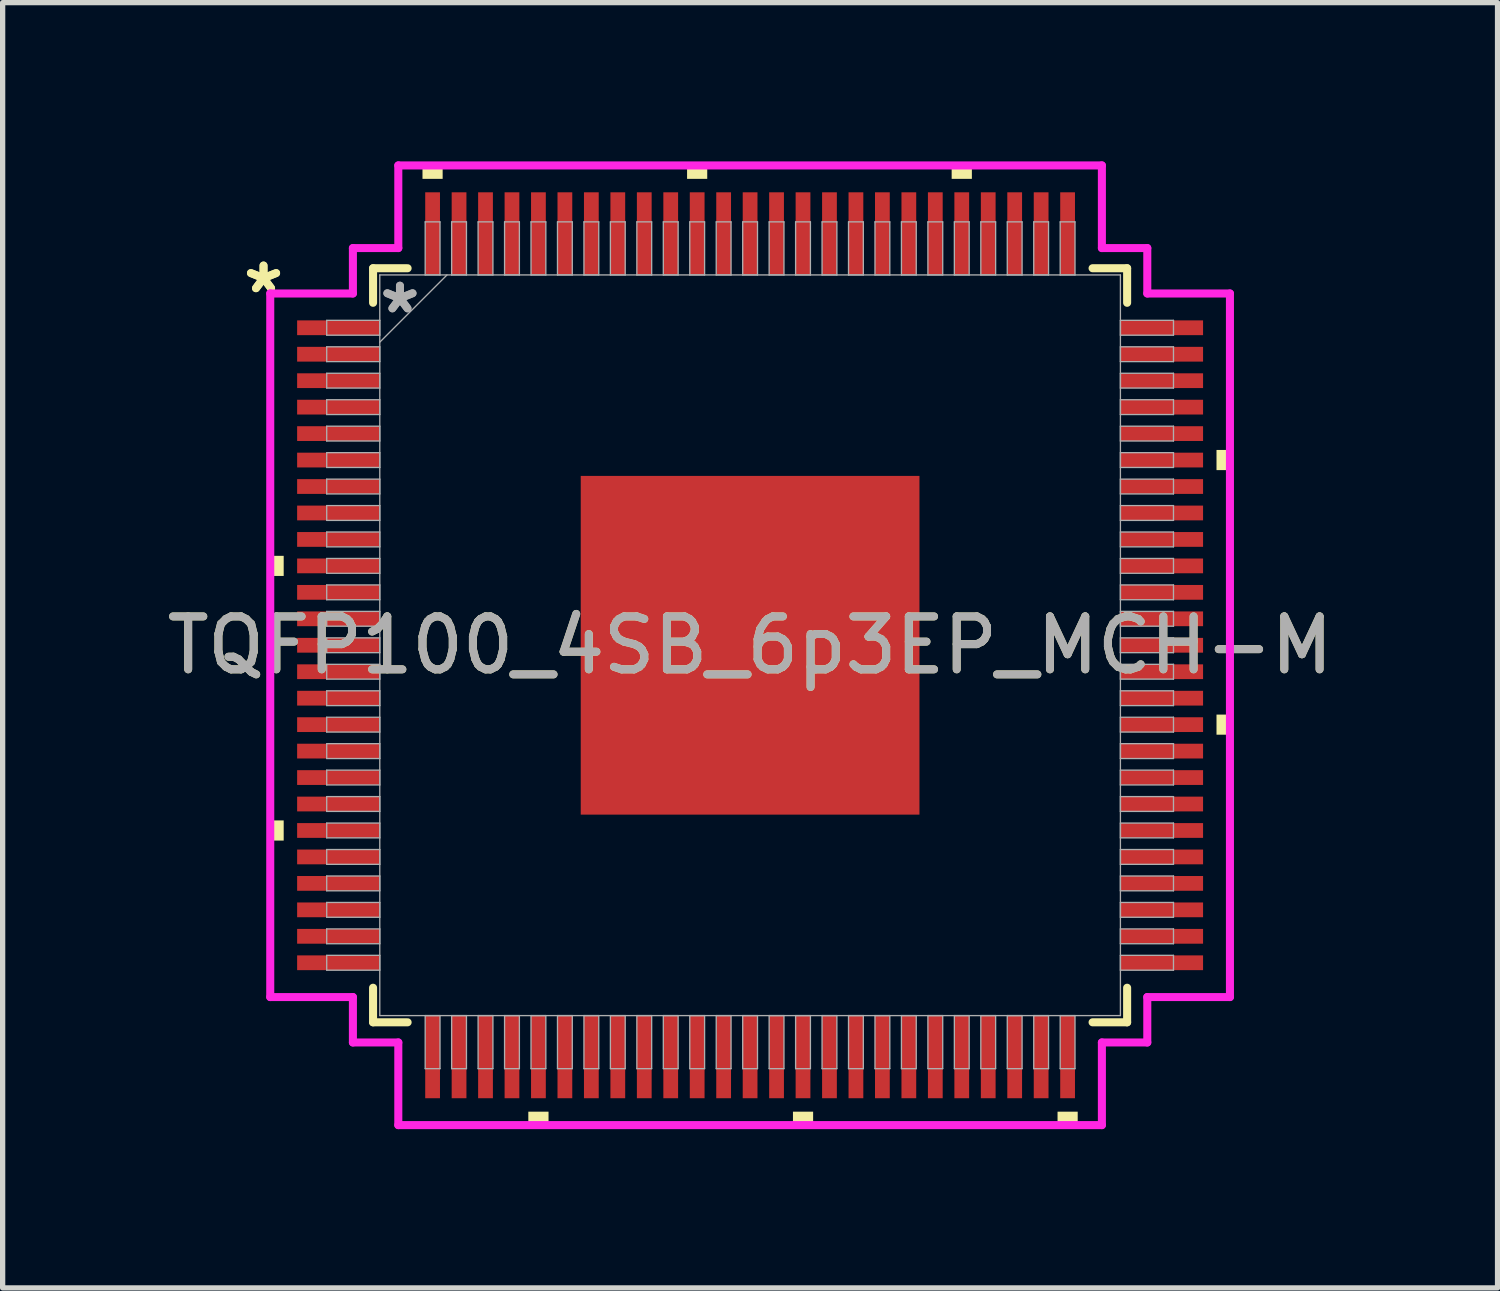
<source format=kicad_pcb>
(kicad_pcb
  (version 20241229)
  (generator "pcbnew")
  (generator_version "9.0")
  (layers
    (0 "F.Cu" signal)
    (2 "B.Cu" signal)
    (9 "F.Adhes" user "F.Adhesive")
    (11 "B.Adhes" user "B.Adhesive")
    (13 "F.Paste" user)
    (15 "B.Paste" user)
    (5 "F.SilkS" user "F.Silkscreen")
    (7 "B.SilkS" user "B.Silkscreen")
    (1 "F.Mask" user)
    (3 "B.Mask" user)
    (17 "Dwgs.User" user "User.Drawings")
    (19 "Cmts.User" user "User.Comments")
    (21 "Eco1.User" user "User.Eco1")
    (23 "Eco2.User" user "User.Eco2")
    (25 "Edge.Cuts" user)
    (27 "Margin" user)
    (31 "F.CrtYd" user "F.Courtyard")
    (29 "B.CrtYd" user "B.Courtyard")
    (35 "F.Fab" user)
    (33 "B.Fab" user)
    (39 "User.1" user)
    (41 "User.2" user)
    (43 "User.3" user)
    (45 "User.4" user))
  (footprint "TQFP100_4SB_6p3EP_MCH-M"
    (layer "F.Cu")
    (at 11.125 9.144)
    (property "Reference" "TQFP100_4SB_6p3EP_MCH-M" (at 0 0 0) (unlocked yes) (layer "F.SilkS") (effects (font (size 1 1) (thickness 0.15))))
    (attr smd)
    (fp_line (start -7.125 -7.125) (end -7.125 -6.472) (stroke (width 0.152) (type solid)) (layer "F.SilkS"))
    (fp_line (start -7.125 6.472) (end -7.125 7.125) (stroke (width 0.152) (type solid)) (layer "F.SilkS"))
    (fp_line (start -7.125 7.125) (end -6.472 7.125) (stroke (width 0.152) (type solid)) (layer "F.SilkS"))
    (fp_line (start -6.472 -7.125) (end -7.125 -7.125) (stroke (width 0.152) (type solid)) (layer "F.SilkS"))
    (fp_line (start 6.472 7.125) (end 7.125 7.125) (stroke (width 0.152) (type solid)) (layer "F.SilkS"))
    (fp_line (start 7.125 -7.125) (end 6.472 -7.125) (stroke (width 0.152) (type solid)) (layer "F.SilkS"))
    (fp_line (start 7.125 -6.472) (end 7.125 -7.125) (stroke (width 0.152) (type solid)) (layer "F.SilkS"))
    (fp_line (start 7.125 7.125) (end 7.125 6.472) (stroke (width 0.152) (type solid)) (layer "F.SilkS"))
    (fp_poly (pts (xy -9.068 -1.69) (xy -9.068 -1.31) (xy -8.814 -1.31) (xy -8.814 -1.69)) (stroke (width 0) (type solid)) (fill yes) (layer "F.SilkS"))
    (fp_poly (pts (xy -9.068 3.31) (xy -9.068 3.691) (xy -8.814 3.691) (xy -8.814 3.31)) (stroke (width 0) (type solid)) (fill yes) (layer "F.SilkS"))
    (fp_poly (pts (xy -6.191 -8.814) (xy -6.191 -9.068) (xy -5.81 -9.068) (xy -5.81 -8.814)) (stroke (width 0) (type solid)) (fill yes) (layer "F.SilkS"))
    (fp_poly (pts (xy -4.191 8.814) (xy -4.191 9.068) (xy -3.809 9.068) (xy -3.809 8.814)) (stroke (width 0) (type solid)) (fill yes) (layer "F.SilkS"))
    (fp_poly (pts (xy -1.191 -8.814) (xy -1.191 -9.068) (xy -0.81 -9.068) (xy -0.81 -8.814)) (stroke (width 0) (type solid)) (fill yes) (layer "F.SilkS"))
    (fp_poly (pts (xy 0.81 8.814) (xy 0.81 9.068) (xy 1.191 9.068) (xy 1.191 8.814)) (stroke (width 0) (type solid)) (fill yes) (layer "F.SilkS"))
    (fp_poly (pts (xy 3.809 -8.814) (xy 3.809 -9.068) (xy 4.191 -9.068) (xy 4.191 -8.814)) (stroke (width 0) (type solid)) (fill yes) (layer "F.SilkS"))
    (fp_poly (pts (xy 5.81 8.814) (xy 5.81 9.068) (xy 6.191 9.068) (xy 6.191 8.814)) (stroke (width 0) (type solid)) (fill yes) (layer "F.SilkS"))
    (fp_poly (pts (xy 9.068 -3.691) (xy 9.068 -3.31) (xy 8.814 -3.31) (xy 8.814 -3.691)) (stroke (width 0) (type solid)) (fill yes) (layer "F.SilkS"))
    (fp_poly (pts (xy 9.068 1.31) (xy 9.068 1.69) (xy 8.814 1.69) (xy 8.814 1.31)) (stroke (width 0) (type solid)) (fill yes) (layer "F.SilkS"))
    (fp_poly (pts (xy -3.1 -3.1) (xy -3.1 -2.02) (xy -2.02 -2.02) (xy -2.02 -3.1)) (stroke (width 0) (type solid)) (fill yes) (layer "F.Paste"))
    (fp_poly (pts (xy -3.1 -1.82) (xy -3.1 -0.74) (xy -2.02 -0.74) (xy -2.02 -1.82)) (stroke (width 0) (type solid)) (fill yes) (layer "F.Paste"))
    (fp_poly (pts (xy -3.1 -0.54) (xy -3.1 0.54) (xy -2.02 0.54) (xy -2.02 -0.54)) (stroke (width 0) (type solid)) (fill yes) (layer "F.Paste"))
    (fp_poly (pts (xy -3.1 0.74) (xy -3.1 1.82) (xy -2.02 1.82) (xy -2.02 0.74)) (stroke (width 0) (type solid)) (fill yes) (layer "F.Paste"))
    (fp_poly (pts (xy -3.1 2.02) (xy -3.1 3.1) (xy -2.02 3.1) (xy -2.02 2.02)) (stroke (width 0) (type solid)) (fill yes) (layer "F.Paste"))
    (fp_poly (pts (xy -1.82 -3.1) (xy -1.82 -2.02) (xy -0.74 -2.02) (xy -0.74 -3.1)) (stroke (width 0) (type solid)) (fill yes) (layer "F.Paste"))
    (fp_poly (pts (xy -1.82 -1.82) (xy -1.82 -0.74) (xy -0.74 -0.74) (xy -0.74 -1.82)) (stroke (width 0) (type solid)) (fill yes) (layer "F.Paste"))
    (fp_poly (pts (xy -1.82 -0.54) (xy -1.82 0.54) (xy -0.74 0.54) (xy -0.74 -0.54)) (stroke (width 0) (type solid)) (fill yes) (layer "F.Paste"))
    (fp_poly (pts (xy -1.82 0.74) (xy -1.82 1.82) (xy -0.74 1.82) (xy -0.74 0.74)) (stroke (width 0) (type solid)) (fill yes) (layer "F.Paste"))
    (fp_poly (pts (xy -1.82 2.02) (xy -1.82 3.1) (xy -0.74 3.1) (xy -0.74 2.02)) (stroke (width 0) (type solid)) (fill yes) (layer "F.Paste"))
    (fp_poly (pts (xy -0.54 -3.1) (xy -0.54 -2.02) (xy 0.54 -2.02) (xy 0.54 -3.1)) (stroke (width 0) (type solid)) (fill yes) (layer "F.Paste"))
    (fp_poly (pts (xy -0.54 -1.82) (xy -0.54 -0.74) (xy 0.54 -0.74) (xy 0.54 -1.82)) (stroke (width 0) (type solid)) (fill yes) (layer "F.Paste"))
    (fp_poly (pts (xy -0.54 -0.54) (xy -0.54 0.54) (xy 0.54 0.54) (xy 0.54 -0.54)) (stroke (width 0) (type solid)) (fill yes) (layer "F.Paste"))
    (fp_poly (pts (xy -0.54 0.74) (xy -0.54 1.82) (xy 0.54 1.82) (xy 0.54 0.74)) (stroke (width 0) (type solid)) (fill yes) (layer "F.Paste"))
    (fp_poly (pts (xy -0.54 2.02) (xy -0.54 3.1) (xy 0.54 3.1) (xy 0.54 2.02)) (stroke (width 0) (type solid)) (fill yes) (layer "F.Paste"))
    (fp_poly (pts (xy 0.74 -3.1) (xy 0.74 -2.02) (xy 1.82 -2.02) (xy 1.82 -3.1)) (stroke (width 0) (type solid)) (fill yes) (layer "F.Paste"))
    (fp_poly (pts (xy 0.74 -1.82) (xy 0.74 -0.74) (xy 1.82 -0.74) (xy 1.82 -1.82)) (stroke (width 0) (type solid)) (fill yes) (layer "F.Paste"))
    (fp_poly (pts (xy 0.74 -0.54) (xy 0.74 0.54) (xy 1.82 0.54) (xy 1.82 -0.54)) (stroke (width 0) (type solid)) (fill yes) (layer "F.Paste"))
    (fp_poly (pts (xy 0.74 0.74) (xy 0.74 1.82) (xy 1.82 1.82) (xy 1.82 0.74)) (stroke (width 0) (type solid)) (fill yes) (layer "F.Paste"))
    (fp_poly (pts (xy 0.74 2.02) (xy 0.74 3.1) (xy 1.82 3.1) (xy 1.82 2.02)) (stroke (width 0) (type solid)) (fill yes) (layer "F.Paste"))
    (fp_poly (pts (xy 2.02 -3.1) (xy 2.02 -2.02) (xy 3.1 -2.02) (xy 3.1 -3.1)) (stroke (width 0) (type solid)) (fill yes) (layer "F.Paste"))
    (fp_poly (pts (xy 2.02 -1.82) (xy 2.02 -0.74) (xy 3.1 -0.74) (xy 3.1 -1.82)) (stroke (width 0) (type solid)) (fill yes) (layer "F.Paste"))
    (fp_poly (pts (xy 2.02 -0.54) (xy 2.02 0.54) (xy 3.1 0.54) (xy 3.1 -0.54)) (stroke (width 0) (type solid)) (fill yes) (layer "F.Paste"))
    (fp_poly (pts (xy 2.02 0.74) (xy 2.02 1.82) (xy 3.1 1.82) (xy 3.1 0.74)) (stroke (width 0) (type solid)) (fill yes) (layer "F.Paste"))
    (fp_poly (pts (xy 2.02 2.02) (xy 2.02 3.1) (xy 3.1 3.1) (xy 3.1 2.02)) (stroke (width 0) (type solid)) (fill yes) (layer "F.Paste"))
    (fp_line (start -9.068 -6.648) (end -7.506 -6.648) (stroke (width 0.152) (type solid)) (layer "F.CrtYd"))
    (fp_line (start -9.068 6.648) (end -9.068 -6.648) (stroke (width 0.152) (type solid)) (layer "F.CrtYd"))
    (fp_line (start -7.506 -7.506) (end -6.648 -7.506) (stroke (width 0.152) (type solid)) (layer "F.CrtYd"))
    (fp_line (start -7.506 -6.648) (end -7.506 -7.506) (stroke (width 0.152) (type solid)) (layer "F.CrtYd"))
    (fp_line (start -7.506 6.648) (end -9.068 6.648) (stroke (width 0.152) (type solid)) (layer "F.CrtYd"))
    (fp_line (start -7.506 7.506) (end -7.506 6.648) (stroke (width 0.152) (type solid)) (layer "F.CrtYd"))
    (fp_line (start -7.506 7.506) (end -6.648 7.506) (stroke (width 0.152) (type solid)) (layer "F.CrtYd"))
    (fp_line (start -6.648 -9.068) (end 6.648 -9.068) (stroke (width 0.152) (type solid)) (layer "F.CrtYd"))
    (fp_line (start -6.648 -7.506) (end -6.648 -9.068) (stroke (width 0.152) (type solid)) (layer "F.CrtYd"))
    (fp_line (start -6.648 7.506) (end -6.648 9.068) (stroke (width 0.152) (type solid)) (layer "F.CrtYd"))
    (fp_line (start -6.648 9.068) (end 6.648 9.068) (stroke (width 0.152) (type solid)) (layer "F.CrtYd"))
    (fp_line (start 6.648 -9.068) (end 6.648 -7.506) (stroke (width 0.152) (type solid)) (layer "F.CrtYd"))
    (fp_line (start 6.648 -7.506) (end 7.506 -7.506) (stroke (width 0.152) (type solid)) (layer "F.CrtYd"))
    (fp_line (start 6.648 7.506) (end 7.506 7.506) (stroke (width 0.152) (type solid)) (layer "F.CrtYd"))
    (fp_line (start 6.648 9.068) (end 6.648 7.506) (stroke (width 0.152) (type solid)) (layer "F.CrtYd"))
    (fp_line (start 7.506 -6.648) (end 7.506 -7.506) (stroke (width 0.152) (type solid)) (layer "F.CrtYd"))
    (fp_line (start 7.506 6.648) (end 9.068 6.648) (stroke (width 0.152) (type solid)) (layer "F.CrtYd"))
    (fp_line (start 7.506 7.506) (end 7.506 6.648) (stroke (width 0.152) (type solid)) (layer "F.CrtYd"))
    (fp_line (start 9.068 -6.648) (end 7.506 -6.648) (stroke (width 0.152) (type solid)) (layer "F.CrtYd"))
    (fp_line (start 9.068 6.648) (end 9.068 -6.648) (stroke (width 0.152) (type solid)) (layer "F.CrtYd"))
    (fp_line (start -8.001 -6.14) (end -8.001 -5.86) (stroke (width 0.025) (type solid)) (layer "F.Fab"))
    (fp_line (start -8.001 -5.86) (end -6.998 -5.86) (stroke (width 0.025) (type solid)) (layer "F.Fab"))
    (fp_line (start -8.001 -5.64) (end -8.001 -5.36) (stroke (width 0.025) (type solid)) (layer "F.Fab"))
    (fp_line (start -8.001 -5.36) (end -6.998 -5.36) (stroke (width 0.025) (type solid)) (layer "F.Fab"))
    (fp_line (start -8.001 -5.14) (end -8.001 -4.86) (stroke (width 0.025) (type solid)) (layer "F.Fab"))
    (fp_line (start -8.001 -4.86) (end -6.998 -4.86) (stroke (width 0.025) (type solid)) (layer "F.Fab"))
    (fp_line (start -8.001 -4.64) (end -8.001 -4.36) (stroke (width 0.025) (type solid)) (layer "F.Fab"))
    (fp_line (start -8.001 -4.36) (end -6.998 -4.36) (stroke (width 0.025) (type solid)) (layer "F.Fab"))
    (fp_line (start -8.001 -4.14) (end -8.001 -3.86) (stroke (width 0.025) (type solid)) (layer "F.Fab"))
    (fp_line (start -8.001 -3.86) (end -6.998 -3.86) (stroke (width 0.025) (type solid)) (layer "F.Fab"))
    (fp_line (start -8.001 -3.64) (end -8.001 -3.36) (stroke (width 0.025) (type solid)) (layer "F.Fab"))
    (fp_line (start -8.001 -3.36) (end -6.998 -3.36) (stroke (width 0.025) (type solid)) (layer "F.Fab"))
    (fp_line (start -8.001 -3.14) (end -8.001 -2.86) (stroke (width 0.025) (type solid)) (layer "F.Fab"))
    (fp_line (start -8.001 -2.86) (end -6.998 -2.86) (stroke (width 0.025) (type solid)) (layer "F.Fab"))
    (fp_line (start -8.001 -2.64) (end -8.001 -2.36) (stroke (width 0.025) (type solid)) (layer "F.Fab"))
    (fp_line (start -8.001 -2.36) (end -6.998 -2.36) (stroke (width 0.025) (type solid)) (layer "F.Fab"))
    (fp_line (start -8.001 -2.14) (end -8.001 -1.86) (stroke (width 0.025) (type solid)) (layer "F.Fab"))
    (fp_line (start -8.001 -1.86) (end -6.998 -1.86) (stroke (width 0.025) (type solid)) (layer "F.Fab"))
    (fp_line (start -8.001 -1.64) (end -8.001 -1.36) (stroke (width 0.025) (type solid)) (layer "F.Fab"))
    (fp_line (start -8.001 -1.36) (end -6.998 -1.36) (stroke (width 0.025) (type solid)) (layer "F.Fab"))
    (fp_line (start -8.001 -1.14) (end -8.001 -0.86) (stroke (width 0.025) (type solid)) (layer "F.Fab"))
    (fp_line (start -8.001 -0.86) (end -6.998 -0.86) (stroke (width 0.025) (type solid)) (layer "F.Fab"))
    (fp_line (start -8.001 -0.64) (end -8.001 -0.36) (stroke (width 0.025) (type solid)) (layer "F.Fab"))
    (fp_line (start -8.001 -0.36) (end -6.998 -0.36) (stroke (width 0.025) (type solid)) (layer "F.Fab"))
    (fp_line (start -8.001 -0.14) (end -8.001 0.14) (stroke (width 0.025) (type solid)) (layer "F.Fab"))
    (fp_line (start -8.001 0.14) (end -6.998 0.14) (stroke (width 0.025) (type solid)) (layer "F.Fab"))
    (fp_line (start -8.001 0.36) (end -8.001 0.64) (stroke (width 0.025) (type solid)) (layer "F.Fab"))
    (fp_line (start -8.001 0.64) (end -6.998 0.64) (stroke (width 0.025) (type solid)) (layer "F.Fab"))
    (fp_line (start -8.001 0.86) (end -8.001 1.14) (stroke (width 0.025) (type solid)) (layer "F.Fab"))
    (fp_line (start -8.001 1.14) (end -6.998 1.14) (stroke (width 0.025) (type solid)) (layer "F.Fab"))
    (fp_line (start -8.001 1.36) (end -8.001 1.64) (stroke (width 0.025) (type solid)) (layer "F.Fab"))
    (fp_line (start -8.001 1.64) (end -6.998 1.64) (stroke (width 0.025) (type solid)) (layer "F.Fab"))
    (fp_line (start -8.001 1.86) (end -8.001 2.14) (stroke (width 0.025) (type solid)) (layer "F.Fab"))
    (fp_line (start -8.001 2.14) (end -6.998 2.14) (stroke (width 0.025) (type solid)) (layer "F.Fab"))
    (fp_line (start -8.001 2.36) (end -8.001 2.64) (stroke (width 0.025) (type solid)) (layer "F.Fab"))
    (fp_line (start -8.001 2.64) (end -6.998 2.64) (stroke (width 0.025) (type solid)) (layer "F.Fab"))
    (fp_line (start -8.001 2.86) (end -8.001 3.14) (stroke (width 0.025) (type solid)) (layer "F.Fab"))
    (fp_line (start -8.001 3.14) (end -6.998 3.14) (stroke (width 0.025) (type solid)) (layer "F.Fab"))
    (fp_line (start -8.001 3.36) (end -8.001 3.64) (stroke (width 0.025) (type solid)) (layer "F.Fab"))
    (fp_line (start -8.001 3.64) (end -6.998 3.64) (stroke (width 0.025) (type solid)) (layer "F.Fab"))
    (fp_line (start -8.001 3.86) (end -8.001 4.14) (stroke (width 0.025) (type solid)) (layer "F.Fab"))
    (fp_line (start -8.001 4.14) (end -6.998 4.14) (stroke (width 0.025) (type solid)) (layer "F.Fab"))
    (fp_line (start -8.001 4.36) (end -8.001 4.64) (stroke (width 0.025) (type solid)) (layer "F.Fab"))
    (fp_line (start -8.001 4.64) (end -6.998 4.64) (stroke (width 0.025) (type solid)) (layer "F.Fab"))
    (fp_line (start -8.001 4.86) (end -8.001 5.14) (stroke (width 0.025) (type solid)) (layer "F.Fab"))
    (fp_line (start -8.001 5.14) (end -6.998 5.14) (stroke (width 0.025) (type solid)) (layer "F.Fab"))
    (fp_line (start -8.001 5.36) (end -8.001 5.64) (stroke (width 0.025) (type solid)) (layer "F.Fab"))
    (fp_line (start -8.001 5.64) (end -6.998 5.64) (stroke (width 0.025) (type solid)) (layer "F.Fab"))
    (fp_line (start -8.001 5.86) (end -8.001 6.14) (stroke (width 0.025) (type solid)) (layer "F.Fab"))
    (fp_line (start -8.001 6.14) (end -6.998 6.14) (stroke (width 0.025) (type solid)) (layer "F.Fab"))
    (fp_line (start -6.998 -6.998) (end -6.998 6.998) (stroke (width 0.025) (type solid)) (layer "F.Fab"))
    (fp_line (start -6.998 -6.14) (end -8.001 -6.14) (stroke (width 0.025) (type solid)) (layer "F.Fab"))
    (fp_line (start -6.998 -5.86) (end -6.998 -6.14) (stroke (width 0.025) (type solid)) (layer "F.Fab"))
    (fp_line (start -6.998 -5.728) (end -5.728 -6.998) (stroke (width 0.025) (type solid)) (layer "F.Fab"))
    (fp_line (start -6.998 -5.64) (end -8.001 -5.64) (stroke (width 0.025) (type solid)) (layer "F.Fab"))
    (fp_line (start -6.998 -5.36) (end -6.998 -5.64) (stroke (width 0.025) (type solid)) (layer "F.Fab"))
    (fp_line (start -6.998 -5.14) (end -8.001 -5.14) (stroke (width 0.025) (type solid)) (layer "F.Fab"))
    (fp_line (start -6.998 -4.86) (end -6.998 -5.14) (stroke (width 0.025) (type solid)) (layer "F.Fab"))
    (fp_line (start -6.998 -4.64) (end -8.001 -4.64) (stroke (width 0.025) (type solid)) (layer "F.Fab"))
    (fp_line (start -6.998 -4.36) (end -6.998 -4.64) (stroke (width 0.025) (type solid)) (layer "F.Fab"))
    (fp_line (start -6.998 -4.14) (end -8.001 -4.14) (stroke (width 0.025) (type solid)) (layer "F.Fab"))
    (fp_line (start -6.998 -3.86) (end -6.998 -4.14) (stroke (width 0.025) (type solid)) (layer "F.Fab"))
    (fp_line (start -6.998 -3.64) (end -8.001 -3.64) (stroke (width 0.025) (type solid)) (layer "F.Fab"))
    (fp_line (start -6.998 -3.36) (end -6.998 -3.64) (stroke (width 0.025) (type solid)) (layer "F.Fab"))
    (fp_line (start -6.998 -3.14) (end -8.001 -3.14) (stroke (width 0.025) (type solid)) (layer "F.Fab"))
    (fp_line (start -6.998 -2.86) (end -6.998 -3.14) (stroke (width 0.025) (type solid)) (layer "F.Fab"))
    (fp_line (start -6.998 -2.64) (end -8.001 -2.64) (stroke (width 0.025) (type solid)) (layer "F.Fab"))
    (fp_line (start -6.998 -2.36) (end -6.998 -2.64) (stroke (width 0.025) (type solid)) (layer "F.Fab"))
    (fp_line (start -6.998 -2.14) (end -8.001 -2.14) (stroke (width 0.025) (type solid)) (layer "F.Fab"))
    (fp_line (start -6.998 -1.86) (end -6.998 -2.14) (stroke (width 0.025) (type solid)) (layer "F.Fab"))
    (fp_line (start -6.998 -1.64) (end -8.001 -1.64) (stroke (width 0.025) (type solid)) (layer "F.Fab"))
    (fp_line (start -6.998 -1.36) (end -6.998 -1.64) (stroke (width 0.025) (type solid)) (layer "F.Fab"))
    (fp_line (start -6.998 -1.14) (end -8.001 -1.14) (stroke (width 0.025) (type solid)) (layer "F.Fab"))
    (fp_line (start -6.998 -0.86) (end -6.998 -1.14) (stroke (width 0.025) (type solid)) (layer "F.Fab"))
    (fp_line (start -6.998 -0.64) (end -8.001 -0.64) (stroke (width 0.025) (type solid)) (layer "F.Fab"))
    (fp_line (start -6.998 -0.36) (end -6.998 -0.64) (stroke (width 0.025) (type solid)) (layer "F.Fab"))
    (fp_line (start -6.998 -0.14) (end -8.001 -0.14) (stroke (width 0.025) (type solid)) (layer "F.Fab"))
    (fp_line (start -6.998 0.14) (end -6.998 -0.14) (stroke (width 0.025) (type solid)) (layer "F.Fab"))
    (fp_line (start -6.998 0.36) (end -8.001 0.36) (stroke (width 0.025) (type solid)) (layer "F.Fab"))
    (fp_line (start -6.998 0.64) (end -6.998 0.36) (stroke (width 0.025) (type solid)) (layer "F.Fab"))
    (fp_line (start -6.998 0.86) (end -8.001 0.86) (stroke (width 0.025) (type solid)) (layer "F.Fab"))
    (fp_line (start -6.998 1.14) (end -6.998 0.86) (stroke (width 0.025) (type solid)) (layer "F.Fab"))
    (fp_line (start -6.998 1.36) (end -8.001 1.36) (stroke (width 0.025) (type solid)) (layer "F.Fab"))
    (fp_line (start -6.998 1.64) (end -6.998 1.36) (stroke (width 0.025) (type solid)) (layer "F.Fab"))
    (fp_line (start -6.998 1.86) (end -8.001 1.86) (stroke (width 0.025) (type solid)) (layer "F.Fab"))
    (fp_line (start -6.998 2.14) (end -6.998 1.86) (stroke (width 0.025) (type solid)) (layer "F.Fab"))
    (fp_line (start -6.998 2.36) (end -8.001 2.36) (stroke (width 0.025) (type solid)) (layer "F.Fab"))
    (fp_line (start -6.998 2.64) (end -6.998 2.36) (stroke (width 0.025) (type solid)) (layer "F.Fab"))
    (fp_line (start -6.998 2.86) (end -8.001 2.86) (stroke (width 0.025) (type solid)) (layer "F.Fab"))
    (fp_line (start -6.998 3.14) (end -6.998 2.86) (stroke (width 0.025) (type solid)) (layer "F.Fab"))
    (fp_line (start -6.998 3.36) (end -8.001 3.36) (stroke (width 0.025) (type solid)) (layer "F.Fab"))
    (fp_line (start -6.998 3.64) (end -6.998 3.36) (stroke (width 0.025) (type solid)) (layer "F.Fab"))
    (fp_line (start -6.998 3.86) (end -8.001 3.86) (stroke (width 0.025) (type solid)) (layer "F.Fab"))
    (fp_line (start -6.998 4.14) (end -6.998 3.86) (stroke (width 0.025) (type solid)) (layer "F.Fab"))
    (fp_line (start -6.998 4.36) (end -8.001 4.36) (stroke (width 0.025) (type solid)) (layer "F.Fab"))
    (fp_line (start -6.998 4.64) (end -6.998 4.36) (stroke (width 0.025) (type solid)) (layer "F.Fab"))
    (fp_line (start -6.998 4.86) (end -8.001 4.86) (stroke (width 0.025) (type solid)) (layer "F.Fab"))
    (fp_line (start -6.998 5.14) (end -6.998 4.86) (stroke (width 0.025) (type solid)) (layer "F.Fab"))
    (fp_line (start -6.998 5.36) (end -8.001 5.36) (stroke (width 0.025) (type solid)) (layer "F.Fab"))
    (fp_line (start -6.998 5.64) (end -6.998 5.36) (stroke (width 0.025) (type solid)) (layer "F.Fab"))
    (fp_line (start -6.998 5.86) (end -8.001 5.86) (stroke (width 0.025) (type solid)) (layer "F.Fab"))
    (fp_line (start -6.998 6.14) (end -6.998 5.86) (stroke (width 0.025) (type solid)) (layer "F.Fab"))
    (fp_line (start -6.998 6.998) (end 6.998 6.998) (stroke (width 0.025) (type solid)) (layer "F.Fab"))
    (fp_line (start -6.14 -8.001) (end -6.14 -6.998) (stroke (width 0.025) (type solid)) (layer "F.Fab"))
    (fp_line (start -6.14 -6.998) (end -5.86 -6.998) (stroke (width 0.025) (type solid)) (layer "F.Fab"))
    (fp_line (start -6.14 6.998) (end -6.14 8.001) (stroke (width 0.025) (type solid)) (layer "F.Fab"))
    (fp_line (start -6.14 8.001) (end -5.86 8.001) (stroke (width 0.025) (type solid)) (layer "F.Fab"))
    (fp_line (start -5.86 -8.001) (end -6.14 -8.001) (stroke (width 0.025) (type solid)) (layer "F.Fab"))
    (fp_line (start -5.86 -6.998) (end -5.86 -8.001) (stroke (width 0.025) (type solid)) (layer "F.Fab"))
    (fp_line (start -5.86 6.998) (end -6.14 6.998) (stroke (width 0.025) (type solid)) (layer "F.Fab"))
    (fp_line (start -5.86 8.001) (end -5.86 6.998) (stroke (width 0.025) (type solid)) (layer "F.Fab"))
    (fp_line (start -5.64 -8.001) (end -5.64 -6.998) (stroke (width 0.025) (type solid)) (layer "F.Fab"))
    (fp_line (start -5.64 -6.998) (end -5.36 -6.998) (stroke (width 0.025) (type solid)) (layer "F.Fab"))
    (fp_line (start -5.64 6.998) (end -5.64 8.001) (stroke (width 0.025) (type solid)) (layer "F.Fab"))
    (fp_line (start -5.64 8.001) (end -5.36 8.001) (stroke (width 0.025) (type solid)) (layer "F.Fab"))
    (fp_line (start -5.36 -8.001) (end -5.64 -8.001) (stroke (width 0.025) (type solid)) (layer "F.Fab"))
    (fp_line (start -5.36 -6.998) (end -5.36 -8.001) (stroke (width 0.025) (type solid)) (layer "F.Fab"))
    (fp_line (start -5.36 6.998) (end -5.64 6.998) (stroke (width 0.025) (type solid)) (layer "F.Fab"))
    (fp_line (start -5.36 8.001) (end -5.36 6.998) (stroke (width 0.025) (type solid)) (layer "F.Fab"))
    (fp_line (start -5.14 -8.001) (end -5.14 -6.998) (stroke (width 0.025) (type solid)) (layer "F.Fab"))
    (fp_line (start -5.14 -6.998) (end -4.86 -6.998) (stroke (width 0.025) (type solid)) (layer "F.Fab"))
    (fp_line (start -5.14 6.998) (end -5.14 8.001) (stroke (width 0.025) (type solid)) (layer "F.Fab"))
    (fp_line (start -5.14 8.001) (end -4.86 8.001) (stroke (width 0.025) (type solid)) (layer "F.Fab"))
    (fp_line (start -4.86 -8.001) (end -5.14 -8.001) (stroke (width 0.025) (type solid)) (layer "F.Fab"))
    (fp_line (start -4.86 -6.998) (end -4.86 -8.001) (stroke (width 0.025) (type solid)) (layer "F.Fab"))
    (fp_line (start -4.86 6.998) (end -5.14 6.998) (stroke (width 0.025) (type solid)) (layer "F.Fab"))
    (fp_line (start -4.86 8.001) (end -4.86 6.998) (stroke (width 0.025) (type solid)) (layer "F.Fab"))
    (fp_line (start -4.64 -8.001) (end -4.64 -6.998) (stroke (width 0.025) (type solid)) (layer "F.Fab"))
    (fp_line (start -4.64 -6.998) (end -4.36 -6.998) (stroke (width 0.025) (type solid)) (layer "F.Fab"))
    (fp_line (start -4.64 6.998) (end -4.64 8.001) (stroke (width 0.025) (type solid)) (layer "F.Fab"))
    (fp_line (start -4.64 8.001) (end -4.36 8.001) (stroke (width 0.025) (type solid)) (layer "F.Fab"))
    (fp_line (start -4.36 -8.001) (end -4.64 -8.001) (stroke (width 0.025) (type solid)) (layer "F.Fab"))
    (fp_line (start -4.36 -6.998) (end -4.36 -8.001) (stroke (width 0.025) (type solid)) (layer "F.Fab"))
    (fp_line (start -4.36 6.998) (end -4.64 6.998) (stroke (width 0.025) (type solid)) (layer "F.Fab"))
    (fp_line (start -4.36 8.001) (end -4.36 6.998) (stroke (width 0.025) (type solid)) (layer "F.Fab"))
    (fp_line (start -4.14 -8.001) (end -4.14 -6.998) (stroke (width 0.025) (type solid)) (layer "F.Fab"))
    (fp_line (start -4.14 -6.998) (end -3.86 -6.998) (stroke (width 0.025) (type solid)) (layer "F.Fab"))
    (fp_line (start -4.14 6.998) (end -4.14 8.001) (stroke (width 0.025) (type solid)) (layer "F.Fab"))
    (fp_line (start -4.14 8.001) (end -3.86 8.001) (stroke (width 0.025) (type solid)) (layer "F.Fab"))
    (fp_line (start -3.86 -8.001) (end -4.14 -8.001) (stroke (width 0.025) (type solid)) (layer "F.Fab"))
    (fp_line (start -3.86 -6.998) (end -3.86 -8.001) (stroke (width 0.025) (type solid)) (layer "F.Fab"))
    (fp_line (start -3.86 6.998) (end -4.14 6.998) (stroke (width 0.025) (type solid)) (layer "F.Fab"))
    (fp_line (start -3.86 8.001) (end -3.86 6.998) (stroke (width 0.025) (type solid)) (layer "F.Fab"))
    (fp_line (start -3.64 -8.001) (end -3.64 -6.998) (stroke (width 0.025) (type solid)) (layer "F.Fab"))
    (fp_line (start -3.64 -6.998) (end -3.36 -6.998) (stroke (width 0.025) (type solid)) (layer "F.Fab"))
    (fp_line (start -3.64 6.998) (end -3.64 8.001) (stroke (width 0.025) (type solid)) (layer "F.Fab"))
    (fp_line (start -3.64 8.001) (end -3.36 8.001) (stroke (width 0.025) (type solid)) (layer "F.Fab"))
    (fp_line (start -3.36 -8.001) (end -3.64 -8.001) (stroke (width 0.025) (type solid)) (layer "F.Fab"))
    (fp_line (start -3.36 -6.998) (end -3.36 -8.001) (stroke (width 0.025) (type solid)) (layer "F.Fab"))
    (fp_line (start -3.36 6.998) (end -3.64 6.998) (stroke (width 0.025) (type solid)) (layer "F.Fab"))
    (fp_line (start -3.36 8.001) (end -3.36 6.998) (stroke (width 0.025) (type solid)) (layer "F.Fab"))
    (fp_line (start -3.14 -8.001) (end -3.14 -6.998) (stroke (width 0.025) (type solid)) (layer "F.Fab"))
    (fp_line (start -3.14 -6.998) (end -2.86 -6.998) (stroke (width 0.025) (type solid)) (layer "F.Fab"))
    (fp_line (start -3.14 6.998) (end -3.14 8.001) (stroke (width 0.025) (type solid)) (layer "F.Fab"))
    (fp_line (start -3.14 8.001) (end -2.86 8.001) (stroke (width 0.025) (type solid)) (layer "F.Fab"))
    (fp_line (start -2.86 -8.001) (end -3.14 -8.001) (stroke (width 0.025) (type solid)) (layer "F.Fab"))
    (fp_line (start -2.86 -6.998) (end -2.86 -8.001) (stroke (width 0.025) (type solid)) (layer "F.Fab"))
    (fp_line (start -2.86 6.998) (end -3.14 6.998) (stroke (width 0.025) (type solid)) (layer "F.Fab"))
    (fp_line (start -2.86 8.001) (end -2.86 6.998) (stroke (width 0.025) (type solid)) (layer "F.Fab"))
    (fp_line (start -2.64 -8.001) (end -2.64 -6.998) (stroke (width 0.025) (type solid)) (layer "F.Fab"))
    (fp_line (start -2.64 -6.998) (end -2.36 -6.998) (stroke (width 0.025) (type solid)) (layer "F.Fab"))
    (fp_line (start -2.64 6.998) (end -2.64 8.001) (stroke (width 0.025) (type solid)) (layer "F.Fab"))
    (fp_line (start -2.64 8.001) (end -2.36 8.001) (stroke (width 0.025) (type solid)) (layer "F.Fab"))
    (fp_line (start -2.36 -8.001) (end -2.64 -8.001) (stroke (width 0.025) (type solid)) (layer "F.Fab"))
    (fp_line (start -2.36 -6.998) (end -2.36 -8.001) (stroke (width 0.025) (type solid)) (layer "F.Fab"))
    (fp_line (start -2.36 6.998) (end -2.64 6.998) (stroke (width 0.025) (type solid)) (layer "F.Fab"))
    (fp_line (start -2.36 8.001) (end -2.36 6.998) (stroke (width 0.025) (type solid)) (layer "F.Fab"))
    (fp_line (start -2.14 -8.001) (end -2.14 -6.998) (stroke (width 0.025) (type solid)) (layer "F.Fab"))
    (fp_line (start -2.14 -6.998) (end -1.86 -6.998) (stroke (width 0.025) (type solid)) (layer "F.Fab"))
    (fp_line (start -2.14 6.998) (end -2.14 8.001) (stroke (width 0.025) (type solid)) (layer "F.Fab"))
    (fp_line (start -2.14 8.001) (end -1.86 8.001) (stroke (width 0.025) (type solid)) (layer "F.Fab"))
    (fp_line (start -1.86 -8.001) (end -2.14 -8.001) (stroke (width 0.025) (type solid)) (layer "F.Fab"))
    (fp_line (start -1.86 -6.998) (end -1.86 -8.001) (stroke (width 0.025) (type solid)) (layer "F.Fab"))
    (fp_line (start -1.86 6.998) (end -2.14 6.998) (stroke (width 0.025) (type solid)) (layer "F.Fab"))
    (fp_line (start -1.86 8.001) (end -1.86 6.998) (stroke (width 0.025) (type solid)) (layer "F.Fab"))
    (fp_line (start -1.64 -8.001) (end -1.64 -6.998) (stroke (width 0.025) (type solid)) (layer "F.Fab"))
    (fp_line (start -1.64 -6.998) (end -1.36 -6.998) (stroke (width 0.025) (type solid)) (layer "F.Fab"))
    (fp_line (start -1.64 6.998) (end -1.64 8.001) (stroke (width 0.025) (type solid)) (layer "F.Fab"))
    (fp_line (start -1.64 8.001) (end -1.36 8.001) (stroke (width 0.025) (type solid)) (layer "F.Fab"))
    (fp_line (start -1.36 -8.001) (end -1.64 -8.001) (stroke (width 0.025) (type solid)) (layer "F.Fab"))
    (fp_line (start -1.36 -6.998) (end -1.36 -8.001) (stroke (width 0.025) (type solid)) (layer "F.Fab"))
    (fp_line (start -1.36 6.998) (end -1.64 6.998) (stroke (width 0.025) (type solid)) (layer "F.Fab"))
    (fp_line (start -1.36 8.001) (end -1.36 6.998) (stroke (width 0.025) (type solid)) (layer "F.Fab"))
    (fp_line (start -1.14 -8.001) (end -1.14 -6.998) (stroke (width 0.025) (type solid)) (layer "F.Fab"))
    (fp_line (start -1.14 -6.998) (end -0.86 -6.998) (stroke (width 0.025) (type solid)) (layer "F.Fab"))
    (fp_line (start -1.14 6.998) (end -1.14 8.001) (stroke (width 0.025) (type solid)) (layer "F.Fab"))
    (fp_line (start -1.14 8.001) (end -0.86 8.001) (stroke (width 0.025) (type solid)) (layer "F.Fab"))
    (fp_line (start -0.86 -8.001) (end -1.14 -8.001) (stroke (width 0.025) (type solid)) (layer "F.Fab"))
    (fp_line (start -0.86 -6.998) (end -0.86 -8.001) (stroke (width 0.025) (type solid)) (layer "F.Fab"))
    (fp_line (start -0.86 6.998) (end -1.14 6.998) (stroke (width 0.025) (type solid)) (layer "F.Fab"))
    (fp_line (start -0.86 8.001) (end -0.86 6.998) (stroke (width 0.025) (type solid)) (layer "F.Fab"))
    (fp_line (start -0.64 -8.001) (end -0.64 -6.998) (stroke (width 0.025) (type solid)) (layer "F.Fab"))
    (fp_line (start -0.64 -6.998) (end -0.36 -6.998) (stroke (width 0.025) (type solid)) (layer "F.Fab"))
    (fp_line (start -0.64 6.998) (end -0.64 8.001) (stroke (width 0.025) (type solid)) (layer "F.Fab"))
    (fp_line (start -0.64 8.001) (end -0.36 8.001) (stroke (width 0.025) (type solid)) (layer "F.Fab"))
    (fp_line (start -0.36 -8.001) (end -0.64 -8.001) (stroke (width 0.025) (type solid)) (layer "F.Fab"))
    (fp_line (start -0.36 -6.998) (end -0.36 -8.001) (stroke (width 0.025) (type solid)) (layer "F.Fab"))
    (fp_line (start -0.36 6.998) (end -0.64 6.998) (stroke (width 0.025) (type solid)) (layer "F.Fab"))
    (fp_line (start -0.36 8.001) (end -0.36 6.998) (stroke (width 0.025) (type solid)) (layer "F.Fab"))
    (fp_line (start -0.14 -8.001) (end -0.14 -6.998) (stroke (width 0.025) (type solid)) (layer "F.Fab"))
    (fp_line (start -0.14 -6.998) (end 0.14 -6.998) (stroke (width 0.025) (type solid)) (layer "F.Fab"))
    (fp_line (start -0.14 6.998) (end -0.14 8.001) (stroke (width 0.025) (type solid)) (layer "F.Fab"))
    (fp_line (start -0.14 8.001) (end 0.14 8.001) (stroke (width 0.025) (type solid)) (layer "F.Fab"))
    (fp_line (start 0.14 -8.001) (end -0.14 -8.001) (stroke (width 0.025) (type solid)) (layer "F.Fab"))
    (fp_line (start 0.14 -6.998) (end 0.14 -8.001) (stroke (width 0.025) (type solid)) (layer "F.Fab"))
    (fp_line (start 0.14 6.998) (end -0.14 6.998) (stroke (width 0.025) (type solid)) (layer "F.Fab"))
    (fp_line (start 0.14 8.001) (end 0.14 6.998) (stroke (width 0.025) (type solid)) (layer "F.Fab"))
    (fp_line (start 0.36 -8.001) (end 0.36 -6.998) (stroke (width 0.025) (type solid)) (layer "F.Fab"))
    (fp_line (start 0.36 -6.998) (end 0.64 -6.998) (stroke (width 0.025) (type solid)) (layer "F.Fab"))
    (fp_line (start 0.36 6.998) (end 0.36 8.001) (stroke (width 0.025) (type solid)) (layer "F.Fab"))
    (fp_line (start 0.36 8.001) (end 0.64 8.001) (stroke (width 0.025) (type solid)) (layer "F.Fab"))
    (fp_line (start 0.64 -8.001) (end 0.36 -8.001) (stroke (width 0.025) (type solid)) (layer "F.Fab"))
    (fp_line (start 0.64 -6.998) (end 0.64 -8.001) (stroke (width 0.025) (type solid)) (layer "F.Fab"))
    (fp_line (start 0.64 6.998) (end 0.36 6.998) (stroke (width 0.025) (type solid)) (layer "F.Fab"))
    (fp_line (start 0.64 8.001) (end 0.64 6.998) (stroke (width 0.025) (type solid)) (layer "F.Fab"))
    (fp_line (start 0.86 -8.001) (end 0.86 -6.998) (stroke (width 0.025) (type solid)) (layer "F.Fab"))
    (fp_line (start 0.86 -6.998) (end 1.14 -6.998) (stroke (width 0.025) (type solid)) (layer "F.Fab"))
    (fp_line (start 0.86 6.998) (end 0.86 8.001) (stroke (width 0.025) (type solid)) (layer "F.Fab"))
    (fp_line (start 0.86 8.001) (end 1.14 8.001) (stroke (width 0.025) (type solid)) (layer "F.Fab"))
    (fp_line (start 1.14 -8.001) (end 0.86 -8.001) (stroke (width 0.025) (type solid)) (layer "F.Fab"))
    (fp_line (start 1.14 -6.998) (end 1.14 -8.001) (stroke (width 0.025) (type solid)) (layer "F.Fab"))
    (fp_line (start 1.14 6.998) (end 0.86 6.998) (stroke (width 0.025) (type solid)) (layer "F.Fab"))
    (fp_line (start 1.14 8.001) (end 1.14 6.998) (stroke (width 0.025) (type solid)) (layer "F.Fab"))
    (fp_line (start 1.36 -8.001) (end 1.36 -6.998) (stroke (width 0.025) (type solid)) (layer "F.Fab"))
    (fp_line (start 1.36 -6.998) (end 1.64 -6.998) (stroke (width 0.025) (type solid)) (layer "F.Fab"))
    (fp_line (start 1.36 6.998) (end 1.36 8.001) (stroke (width 0.025) (type solid)) (layer "F.Fab"))
    (fp_line (start 1.36 8.001) (end 1.64 8.001) (stroke (width 0.025) (type solid)) (layer "F.Fab"))
    (fp_line (start 1.64 -8.001) (end 1.36 -8.001) (stroke (width 0.025) (type solid)) (layer "F.Fab"))
    (fp_line (start 1.64 -6.998) (end 1.64 -8.001) (stroke (width 0.025) (type solid)) (layer "F.Fab"))
    (fp_line (start 1.64 6.998) (end 1.36 6.998) (stroke (width 0.025) (type solid)) (layer "F.Fab"))
    (fp_line (start 1.64 8.001) (end 1.64 6.998) (stroke (width 0.025) (type solid)) (layer "F.Fab"))
    (fp_line (start 1.86 -8.001) (end 1.86 -6.998) (stroke (width 0.025) (type solid)) (layer "F.Fab"))
    (fp_line (start 1.86 -6.998) (end 2.14 -6.998) (stroke (width 0.025) (type solid)) (layer "F.Fab"))
    (fp_line (start 1.86 6.998) (end 1.86 8.001) (stroke (width 0.025) (type solid)) (layer "F.Fab"))
    (fp_line (start 1.86 8.001) (end 2.14 8.001) (stroke (width 0.025) (type solid)) (layer "F.Fab"))
    (fp_line (start 2.14 -8.001) (end 1.86 -8.001) (stroke (width 0.025) (type solid)) (layer "F.Fab"))
    (fp_line (start 2.14 -6.998) (end 2.14 -8.001) (stroke (width 0.025) (type solid)) (layer "F.Fab"))
    (fp_line (start 2.14 6.998) (end 1.86 6.998) (stroke (width 0.025) (type solid)) (layer "F.Fab"))
    (fp_line (start 2.14 8.001) (end 2.14 6.998) (stroke (width 0.025) (type solid)) (layer "F.Fab"))
    (fp_line (start 2.36 -8.001) (end 2.36 -6.998) (stroke (width 0.025) (type solid)) (layer "F.Fab"))
    (fp_line (start 2.36 -6.998) (end 2.64 -6.998) (stroke (width 0.025) (type solid)) (layer "F.Fab"))
    (fp_line (start 2.36 6.998) (end 2.36 8.001) (stroke (width 0.025) (type solid)) (layer "F.Fab"))
    (fp_line (start 2.36 8.001) (end 2.64 8.001) (stroke (width 0.025) (type solid)) (layer "F.Fab"))
    (fp_line (start 2.64 -8.001) (end 2.36 -8.001) (stroke (width 0.025) (type solid)) (layer "F.Fab"))
    (fp_line (start 2.64 -6.998) (end 2.64 -8.001) (stroke (width 0.025) (type solid)) (layer "F.Fab"))
    (fp_line (start 2.64 6.998) (end 2.36 6.998) (stroke (width 0.025) (type solid)) (layer "F.Fab"))
    (fp_line (start 2.64 8.001) (end 2.64 6.998) (stroke (width 0.025) (type solid)) (layer "F.Fab"))
    (fp_line (start 2.86 -8.001) (end 2.86 -6.998) (stroke (width 0.025) (type solid)) (layer "F.Fab"))
    (fp_line (start 2.86 -6.998) (end 3.14 -6.998) (stroke (width 0.025) (type solid)) (layer "F.Fab"))
    (fp_line (start 2.86 6.998) (end 2.86 8.001) (stroke (width 0.025) (type solid)) (layer "F.Fab"))
    (fp_line (start 2.86 8.001) (end 3.14 8.001) (stroke (width 0.025) (type solid)) (layer "F.Fab"))
    (fp_line (start 3.14 -8.001) (end 2.86 -8.001) (stroke (width 0.025) (type solid)) (layer "F.Fab"))
    (fp_line (start 3.14 -6.998) (end 3.14 -8.001) (stroke (width 0.025) (type solid)) (layer "F.Fab"))
    (fp_line (start 3.14 6.998) (end 2.86 6.998) (stroke (width 0.025) (type solid)) (layer "F.Fab"))
    (fp_line (start 3.14 8.001) (end 3.14 6.998) (stroke (width 0.025) (type solid)) (layer "F.Fab"))
    (fp_line (start 3.36 -8.001) (end 3.36 -6.998) (stroke (width 0.025) (type solid)) (layer "F.Fab"))
    (fp_line (start 3.36 -6.998) (end 3.64 -6.998) (stroke (width 0.025) (type solid)) (layer "F.Fab"))
    (fp_line (start 3.36 6.998) (end 3.36 8.001) (stroke (width 0.025) (type solid)) (layer "F.Fab"))
    (fp_line (start 3.36 8.001) (end 3.64 8.001) (stroke (width 0.025) (type solid)) (layer "F.Fab"))
    (fp_line (start 3.64 -8.001) (end 3.36 -8.001) (stroke (width 0.025) (type solid)) (layer "F.Fab"))
    (fp_line (start 3.64 -6.998) (end 3.64 -8.001) (stroke (width 0.025) (type solid)) (layer "F.Fab"))
    (fp_line (start 3.64 6.998) (end 3.36 6.998) (stroke (width 0.025) (type solid)) (layer "F.Fab"))
    (fp_line (start 3.64 8.001) (end 3.64 6.998) (stroke (width 0.025) (type solid)) (layer "F.Fab"))
    (fp_line (start 3.86 -8.001) (end 3.86 -6.998) (stroke (width 0.025) (type solid)) (layer "F.Fab"))
    (fp_line (start 3.86 -6.998) (end 4.14 -6.998) (stroke (width 0.025) (type solid)) (layer "F.Fab"))
    (fp_line (start 3.86 6.998) (end 3.86 8.001) (stroke (width 0.025) (type solid)) (layer "F.Fab"))
    (fp_line (start 3.86 8.001) (end 4.14 8.001) (stroke (width 0.025) (type solid)) (layer "F.Fab"))
    (fp_line (start 4.14 -8.001) (end 3.86 -8.001) (stroke (width 0.025) (type solid)) (layer "F.Fab"))
    (fp_line (start 4.14 -6.998) (end 4.14 -8.001) (stroke (width 0.025) (type solid)) (layer "F.Fab"))
    (fp_line (start 4.14 6.998) (end 3.86 6.998) (stroke (width 0.025) (type solid)) (layer "F.Fab"))
    (fp_line (start 4.14 8.001) (end 4.14 6.998) (stroke (width 0.025) (type solid)) (layer "F.Fab"))
    (fp_line (start 4.36 -8.001) (end 4.36 -6.998) (stroke (width 0.025) (type solid)) (layer "F.Fab"))
    (fp_line (start 4.36 -6.998) (end 4.64 -6.998) (stroke (width 0.025) (type solid)) (layer "F.Fab"))
    (fp_line (start 4.36 6.998) (end 4.36 8.001) (stroke (width 0.025) (type solid)) (layer "F.Fab"))
    (fp_line (start 4.36 8.001) (end 4.64 8.001) (stroke (width 0.025) (type solid)) (layer "F.Fab"))
    (fp_line (start 4.64 -8.001) (end 4.36 -8.001) (stroke (width 0.025) (type solid)) (layer "F.Fab"))
    (fp_line (start 4.64 -6.998) (end 4.64 -8.001) (stroke (width 0.025) (type solid)) (layer "F.Fab"))
    (fp_line (start 4.64 6.998) (end 4.36 6.998) (stroke (width 0.025) (type solid)) (layer "F.Fab"))
    (fp_line (start 4.64 8.001) (end 4.64 6.998) (stroke (width 0.025) (type solid)) (layer "F.Fab"))
    (fp_line (start 4.86 -8.001) (end 4.86 -6.998) (stroke (width 0.025) (type solid)) (layer "F.Fab"))
    (fp_line (start 4.86 -6.998) (end 5.14 -6.998) (stroke (width 0.025) (type solid)) (layer "F.Fab"))
    (fp_line (start 4.86 6.998) (end 4.86 8.001) (stroke (width 0.025) (type solid)) (layer "F.Fab"))
    (fp_line (start 4.86 8.001) (end 5.14 8.001) (stroke (width 0.025) (type solid)) (layer "F.Fab"))
    (fp_line (start 5.14 -8.001) (end 4.86 -8.001) (stroke (width 0.025) (type solid)) (layer "F.Fab"))
    (fp_line (start 5.14 -6.998) (end 5.14 -8.001) (stroke (width 0.025) (type solid)) (layer "F.Fab"))
    (fp_line (start 5.14 6.998) (end 4.86 6.998) (stroke (width 0.025) (type solid)) (layer "F.Fab"))
    (fp_line (start 5.14 8.001) (end 5.14 6.998) (stroke (width 0.025) (type solid)) (layer "F.Fab"))
    (fp_line (start 5.36 -8.001) (end 5.36 -6.998) (stroke (width 0.025) (type solid)) (layer "F.Fab"))
    (fp_line (start 5.36 -6.998) (end 5.64 -6.998) (stroke (width 0.025) (type solid)) (layer "F.Fab"))
    (fp_line (start 5.36 6.998) (end 5.36 8.001) (stroke (width 0.025) (type solid)) (layer "F.Fab"))
    (fp_line (start 5.36 8.001) (end 5.64 8.001) (stroke (width 0.025) (type solid)) (layer "F.Fab"))
    (fp_line (start 5.64 -8.001) (end 5.36 -8.001) (stroke (width 0.025) (type solid)) (layer "F.Fab"))
    (fp_line (start 5.64 -6.998) (end 5.64 -8.001) (stroke (width 0.025) (type solid)) (layer "F.Fab"))
    (fp_line (start 5.64 6.998) (end 5.36 6.998) (stroke (width 0.025) (type solid)) (layer "F.Fab"))
    (fp_line (start 5.64 8.001) (end 5.64 6.998) (stroke (width 0.025) (type solid)) (layer "F.Fab"))
    (fp_line (start 5.86 -8.001) (end 5.86 -6.998) (stroke (width 0.025) (type solid)) (layer "F.Fab"))
    (fp_line (start 5.86 -6.998) (end 6.14 -6.998) (stroke (width 0.025) (type solid)) (layer "F.Fab"))
    (fp_line (start 5.86 6.998) (end 5.86 8.001) (stroke (width 0.025) (type solid)) (layer "F.Fab"))
    (fp_line (start 5.86 8.001) (end 6.14 8.001) (stroke (width 0.025) (type solid)) (layer "F.Fab"))
    (fp_line (start 6.14 -8.001) (end 5.86 -8.001) (stroke (width 0.025) (type solid)) (layer "F.Fab"))
    (fp_line (start 6.14 -6.998) (end 6.14 -8.001) (stroke (width 0.025) (type solid)) (layer "F.Fab"))
    (fp_line (start 6.14 6.998) (end 5.86 6.998) (stroke (width 0.025) (type solid)) (layer "F.Fab"))
    (fp_line (start 6.14 8.001) (end 6.14 6.998) (stroke (width 0.025) (type solid)) (layer "F.Fab"))
    (fp_line (start 6.998 -6.998) (end -6.998 -6.998) (stroke (width 0.025) (type solid)) (layer "F.Fab"))
    (fp_line (start 6.998 -6.14) (end 6.998 -5.86) (stroke (width 0.025) (type solid)) (layer "F.Fab"))
    (fp_line (start 6.998 -5.86) (end 8.001 -5.86) (stroke (width 0.025) (type solid)) (layer "F.Fab"))
    (fp_line (start 6.998 -5.64) (end 6.998 -5.36) (stroke (width 0.025) (type solid)) (layer "F.Fab"))
    (fp_line (start 6.998 -5.36) (end 8.001 -5.36) (stroke (width 0.025) (type solid)) (layer "F.Fab"))
    (fp_line (start 6.998 -5.14) (end 6.998 -4.86) (stroke (width 0.025) (type solid)) (layer "F.Fab"))
    (fp_line (start 6.998 -4.86) (end 8.001 -4.86) (stroke (width 0.025) (type solid)) (layer "F.Fab"))
    (fp_line (start 6.998 -4.64) (end 6.998 -4.36) (stroke (width 0.025) (type solid)) (layer "F.Fab"))
    (fp_line (start 6.998 -4.36) (end 8.001 -4.36) (stroke (width 0.025) (type solid)) (layer "F.Fab"))
    (fp_line (start 6.998 -4.14) (end 6.998 -3.86) (stroke (width 0.025) (type solid)) (layer "F.Fab"))
    (fp_line (start 6.998 -3.86) (end 8.001 -3.86) (stroke (width 0.025) (type solid)) (layer "F.Fab"))
    (fp_line (start 6.998 -3.64) (end 6.998 -3.36) (stroke (width 0.025) (type solid)) (layer "F.Fab"))
    (fp_line (start 6.998 -3.36) (end 8.001 -3.36) (stroke (width 0.025) (type solid)) (layer "F.Fab"))
    (fp_line (start 6.998 -3.14) (end 6.998 -2.86) (stroke (width 0.025) (type solid)) (layer "F.Fab"))
    (fp_line (start 6.998 -2.86) (end 8.001 -2.86) (stroke (width 0.025) (type solid)) (layer "F.Fab"))
    (fp_line (start 6.998 -2.64) (end 6.998 -2.36) (stroke (width 0.025) (type solid)) (layer "F.Fab"))
    (fp_line (start 6.998 -2.36) (end 8.001 -2.36) (stroke (width 0.025) (type solid)) (layer "F.Fab"))
    (fp_line (start 6.998 -2.14) (end 6.998 -1.86) (stroke (width 0.025) (type solid)) (layer "F.Fab"))
    (fp_line (start 6.998 -1.86) (end 8.001 -1.86) (stroke (width 0.025) (type solid)) (layer "F.Fab"))
    (fp_line (start 6.998 -1.64) (end 6.998 -1.36) (stroke (width 0.025) (type solid)) (layer "F.Fab"))
    (fp_line (start 6.998 -1.36) (end 8.001 -1.36) (stroke (width 0.025) (type solid)) (layer "F.Fab"))
    (fp_line (start 6.998 -1.14) (end 6.998 -0.86) (stroke (width 0.025) (type solid)) (layer "F.Fab"))
    (fp_line (start 6.998 -0.86) (end 8.001 -0.86) (stroke (width 0.025) (type solid)) (layer "F.Fab"))
    (fp_line (start 6.998 -0.64) (end 6.998 -0.36) (stroke (width 0.025) (type solid)) (layer "F.Fab"))
    (fp_line (start 6.998 -0.36) (end 8.001 -0.36) (stroke (width 0.025) (type solid)) (layer "F.Fab"))
    (fp_line (start 6.998 -0.14) (end 6.998 0.14) (stroke (width 0.025) (type solid)) (layer "F.Fab"))
    (fp_line (start 6.998 0.14) (end 8.001 0.14) (stroke (width 0.025) (type solid)) (layer "F.Fab"))
    (fp_line (start 6.998 0.36) (end 6.998 0.64) (stroke (width 0.025) (type solid)) (layer "F.Fab"))
    (fp_line (start 6.998 0.64) (end 8.001 0.64) (stroke (width 0.025) (type solid)) (layer "F.Fab"))
    (fp_line (start 6.998 0.86) (end 6.998 1.14) (stroke (width 0.025) (type solid)) (layer "F.Fab"))
    (fp_line (start 6.998 1.14) (end 8.001 1.14) (stroke (width 0.025) (type solid)) (layer "F.Fab"))
    (fp_line (start 6.998 1.36) (end 6.998 1.64) (stroke (width 0.025) (type solid)) (layer "F.Fab"))
    (fp_line (start 6.998 1.64) (end 8.001 1.64) (stroke (width 0.025) (type solid)) (layer "F.Fab"))
    (fp_line (start 6.998 1.86) (end 6.998 2.14) (stroke (width 0.025) (type solid)) (layer "F.Fab"))
    (fp_line (start 6.998 2.14) (end 8.001 2.14) (stroke (width 0.025) (type solid)) (layer "F.Fab"))
    (fp_line (start 6.998 2.36) (end 6.998 2.64) (stroke (width 0.025) (type solid)) (layer "F.Fab"))
    (fp_line (start 6.998 2.64) (end 8.001 2.64) (stroke (width 0.025) (type solid)) (layer "F.Fab"))
    (fp_line (start 6.998 2.86) (end 6.998 3.14) (stroke (width 0.025) (type solid)) (layer "F.Fab"))
    (fp_line (start 6.998 3.14) (end 8.001 3.14) (stroke (width 0.025) (type solid)) (layer "F.Fab"))
    (fp_line (start 6.998 3.36) (end 6.998 3.64) (stroke (width 0.025) (type solid)) (layer "F.Fab"))
    (fp_line (start 6.998 3.64) (end 8.001 3.64) (stroke (width 0.025) (type solid)) (layer "F.Fab"))
    (fp_line (start 6.998 3.86) (end 6.998 4.14) (stroke (width 0.025) (type solid)) (layer "F.Fab"))
    (fp_line (start 6.998 4.14) (end 8.001 4.14) (stroke (width 0.025) (type solid)) (layer "F.Fab"))
    (fp_line (start 6.998 4.36) (end 6.998 4.64) (stroke (width 0.025) (type solid)) (layer "F.Fab"))
    (fp_line (start 6.998 4.64) (end 8.001 4.64) (stroke (width 0.025) (type solid)) (layer "F.Fab"))
    (fp_line (start 6.998 4.86) (end 6.998 5.14) (stroke (width 0.025) (type solid)) (layer "F.Fab"))
    (fp_line (start 6.998 5.14) (end 8.001 5.14) (stroke (width 0.025) (type solid)) (layer "F.Fab"))
    (fp_line (start 6.998 5.36) (end 6.998 5.64) (stroke (width 0.025) (type solid)) (layer "F.Fab"))
    (fp_line (start 6.998 5.64) (end 8.001 5.64) (stroke (width 0.025) (type solid)) (layer "F.Fab"))
    (fp_line (start 6.998 5.86) (end 6.998 6.14) (stroke (width 0.025) (type solid)) (layer "F.Fab"))
    (fp_line (start 6.998 6.14) (end 8.001 6.14) (stroke (width 0.025) (type solid)) (layer "F.Fab"))
    (fp_line (start 6.998 6.998) (end 6.998 -6.998) (stroke (width 0.025) (type solid)) (layer "F.Fab"))
    (fp_line (start 8.001 -6.14) (end 6.998 -6.14) (stroke (width 0.025) (type solid)) (layer "F.Fab"))
    (fp_line (start 8.001 -5.86) (end 8.001 -6.14) (stroke (width 0.025) (type solid)) (layer "F.Fab"))
    (fp_line (start 8.001 -5.64) (end 6.998 -5.64) (stroke (width 0.025) (type solid)) (layer "F.Fab"))
    (fp_line (start 8.001 -5.36) (end 8.001 -5.64) (stroke (width 0.025) (type solid)) (layer "F.Fab"))
    (fp_line (start 8.001 -5.14) (end 6.998 -5.14) (stroke (width 0.025) (type solid)) (layer "F.Fab"))
    (fp_line (start 8.001 -4.86) (end 8.001 -5.14) (stroke (width 0.025) (type solid)) (layer "F.Fab"))
    (fp_line (start 8.001 -4.64) (end 6.998 -4.64) (stroke (width 0.025) (type solid)) (layer "F.Fab"))
    (fp_line (start 8.001 -4.36) (end 8.001 -4.64) (stroke (width 0.025) (type solid)) (layer "F.Fab"))
    (fp_line (start 8.001 -4.14) (end 6.998 -4.14) (stroke (width 0.025) (type solid)) (layer "F.Fab"))
    (fp_line (start 8.001 -3.86) (end 8.001 -4.14) (stroke (width 0.025) (type solid)) (layer "F.Fab"))
    (fp_line (start 8.001 -3.64) (end 6.998 -3.64) (stroke (width 0.025) (type solid)) (layer "F.Fab"))
    (fp_line (start 8.001 -3.36) (end 8.001 -3.64) (stroke (width 0.025) (type solid)) (layer "F.Fab"))
    (fp_line (start 8.001 -3.14) (end 6.998 -3.14) (stroke (width 0.025) (type solid)) (layer "F.Fab"))
    (fp_line (start 8.001 -2.86) (end 8.001 -3.14) (stroke (width 0.025) (type solid)) (layer "F.Fab"))
    (fp_line (start 8.001 -2.64) (end 6.998 -2.64) (stroke (width 0.025) (type solid)) (layer "F.Fab"))
    (fp_line (start 8.001 -2.36) (end 8.001 -2.64) (stroke (width 0.025) (type solid)) (layer "F.Fab"))
    (fp_line (start 8.001 -2.14) (end 6.998 -2.14) (stroke (width 0.025) (type solid)) (layer "F.Fab"))
    (fp_line (start 8.001 -1.86) (end 8.001 -2.14) (stroke (width 0.025) (type solid)) (layer "F.Fab"))
    (fp_line (start 8.001 -1.64) (end 6.998 -1.64) (stroke (width 0.025) (type solid)) (layer "F.Fab"))
    (fp_line (start 8.001 -1.36) (end 8.001 -1.64) (stroke (width 0.025) (type solid)) (layer "F.Fab"))
    (fp_line (start 8.001 -1.14) (end 6.998 -1.14) (stroke (width 0.025) (type solid)) (layer "F.Fab"))
    (fp_line (start 8.001 -0.86) (end 8.001 -1.14) (stroke (width 0.025) (type solid)) (layer "F.Fab"))
    (fp_line (start 8.001 -0.64) (end 6.998 -0.64) (stroke (width 0.025) (type solid)) (layer "F.Fab"))
    (fp_line (start 8.001 -0.36) (end 8.001 -0.64) (stroke (width 0.025) (type solid)) (layer "F.Fab"))
    (fp_line (start 8.001 -0.14) (end 6.998 -0.14) (stroke (width 0.025) (type solid)) (layer "F.Fab"))
    (fp_line (start 8.001 0.14) (end 8.001 -0.14) (stroke (width 0.025) (type solid)) (layer "F.Fab"))
    (fp_line (start 8.001 0.36) (end 6.998 0.36) (stroke (width 0.025) (type solid)) (layer "F.Fab"))
    (fp_line (start 8.001 0.64) (end 8.001 0.36) (stroke (width 0.025) (type solid)) (layer "F.Fab"))
    (fp_line (start 8.001 0.86) (end 6.998 0.86) (stroke (width 0.025) (type solid)) (layer "F.Fab"))
    (fp_line (start 8.001 1.14) (end 8.001 0.86) (stroke (width 0.025) (type solid)) (layer "F.Fab"))
    (fp_line (start 8.001 1.36) (end 6.998 1.36) (stroke (width 0.025) (type solid)) (layer "F.Fab"))
    (fp_line (start 8.001 1.64) (end 8.001 1.36) (stroke (width 0.025) (type solid)) (layer "F.Fab"))
    (fp_line (start 8.001 1.86) (end 6.998 1.86) (stroke (width 0.025) (type solid)) (layer "F.Fab"))
    (fp_line (start 8.001 2.14) (end 8.001 1.86) (stroke (width 0.025) (type solid)) (layer "F.Fab"))
    (fp_line (start 8.001 2.36) (end 6.998 2.36) (stroke (width 0.025) (type solid)) (layer "F.Fab"))
    (fp_line (start 8.001 2.64) (end 8.001 2.36) (stroke (width 0.025) (type solid)) (layer "F.Fab"))
    (fp_line (start 8.001 2.86) (end 6.998 2.86) (stroke (width 0.025) (type solid)) (layer "F.Fab"))
    (fp_line (start 8.001 3.14) (end 8.001 2.86) (stroke (width 0.025) (type solid)) (layer "F.Fab"))
    (fp_line (start 8.001 3.36) (end 6.998 3.36) (stroke (width 0.025) (type solid)) (layer "F.Fab"))
    (fp_line (start 8.001 3.64) (end 8.001 3.36) (stroke (width 0.025) (type solid)) (layer "F.Fab"))
    (fp_line (start 8.001 3.86) (end 6.998 3.86) (stroke (width 0.025) (type solid)) (layer "F.Fab"))
    (fp_line (start 8.001 4.14) (end 8.001 3.86) (stroke (width 0.025) (type solid)) (layer "F.Fab"))
    (fp_line (start 8.001 4.36) (end 6.998 4.36) (stroke (width 0.025) (type solid)) (layer "F.Fab"))
    (fp_line (start 8.001 4.64) (end 8.001 4.36) (stroke (width 0.025) (type solid)) (layer "F.Fab"))
    (fp_line (start 8.001 4.86) (end 6.998 4.86) (stroke (width 0.025) (type solid)) (layer "F.Fab"))
    (fp_line (start 8.001 5.14) (end 8.001 4.86) (stroke (width 0.025) (type solid)) (layer "F.Fab"))
    (fp_line (start 8.001 5.36) (end 6.998 5.36) (stroke (width 0.025) (type solid)) (layer "F.Fab"))
    (fp_line (start 8.001 5.64) (end 8.001 5.36) (stroke (width 0.025) (type solid)) (layer "F.Fab"))
    (fp_line (start 8.001 5.86) (end 6.998 5.86) (stroke (width 0.025) (type solid)) (layer "F.Fab"))
    (fp_line (start 8.001 6.14) (end 8.001 5.86) (stroke (width 0.025) (type solid)) (layer "F.Fab"))
    (fp_text user "*" (at -9.195 -6.631 0) (layer "F.SilkS") (effects (font (size 1 1) (thickness 0.15))))
    (fp_text user "*" (at -9.195 -6.631 0) (unlocked yes) (layer "F.SilkS") (effects (font (size 1 1) (thickness 0.15))))
    (fp_text user "*" (at -6.617 -6.25 0) (unlocked yes) (layer "F.Fab") (effects (font (size 1 1) (thickness 0.15))))
    (fp_text user "*" (at -6.617 -6.25 0) (layer "F.Fab") (effects (font (size 1 1) (thickness 0.15))))
    (fp_text user "${REFERENCE}" (at 0 0 0) (unlocked yes) (layer "F.Fab") (effects (font (size 1 1) (thickness 0.15))))
    (pad "1" smd rect (at -7.779 -6 90) (size 0.279 1.562) (layers "F.Cu" "F.Mask" "F.Paste"))
    (pad "2" smd rect (at -7.779 -5.5 90) (size 0.279 1.562) (layers "F.Cu" "F.Mask" "F.Paste"))
    (pad "3" smd rect (at -7.779 -5 90) (size 0.279 1.562) (layers "F.Cu" "F.Mask" "F.Paste"))
    (pad "4" smd rect (at -7.779 -4.5 90) (size 0.279 1.562) (layers "F.Cu" "F.Mask" "F.Paste"))
    (pad "5" smd rect (at -7.779 -4 90) (size 0.279 1.562) (layers "F.Cu" "F.Mask" "F.Paste"))
    (pad "6" smd rect (at -7.779 -3.5 90) (size 0.279 1.562) (layers "F.Cu" "F.Mask" "F.Paste"))
    (pad "7" smd rect (at -7.779 -3 90) (size 0.279 1.562) (layers "F.Cu" "F.Mask" "F.Paste"))
    (pad "8" smd rect (at -7.779 -2.5 90) (size 0.279 1.562) (layers "F.Cu" "F.Mask" "F.Paste"))
    (pad "9" smd rect (at -7.779 -2 90) (size 0.279 1.562) (layers "F.Cu" "F.Mask" "F.Paste"))
    (pad "10" smd rect (at -7.779 -1.5 90) (size 0.279 1.562) (layers "F.Cu" "F.Mask" "F.Paste"))
    (pad "11" smd rect (at -7.779 -1 90) (size 0.279 1.562) (layers "F.Cu" "F.Mask" "F.Paste"))
    (pad "12" smd rect (at -7.779 -0.5 90) (size 0.279 1.562) (layers "F.Cu" "F.Mask" "F.Paste"))
    (pad "13" smd rect (at -7.779 0 90) (size 0.279 1.562) (layers "F.Cu" "F.Mask" "F.Paste"))
    (pad "14" smd rect (at -7.779 0.5 90) (size 0.279 1.562) (layers "F.Cu" "F.Mask" "F.Paste"))
    (pad "15" smd rect (at -7.779 1 90) (size 0.279 1.562) (layers "F.Cu" "F.Mask" "F.Paste"))
    (pad "16" smd rect (at -7.779 1.5 90) (size 0.279 1.562) (layers "F.Cu" "F.Mask" "F.Paste"))
    (pad "17" smd rect (at -7.779 2 90) (size 0.279 1.562) (layers "F.Cu" "F.Mask" "F.Paste"))
    (pad "18" smd rect (at -7.779 2.5 90) (size 0.279 1.562) (layers "F.Cu" "F.Mask" "F.Paste"))
    (pad "19" smd rect (at -7.779 3 90) (size 0.279 1.562) (layers "F.Cu" "F.Mask" "F.Paste"))
    (pad "20" smd rect (at -7.779 3.5 90) (size 0.279 1.562) (layers "F.Cu" "F.Mask" "F.Paste"))
    (pad "21" smd rect (at -7.779 4 90) (size 0.279 1.562) (layers "F.Cu" "F.Mask" "F.Paste"))
    (pad "22" smd rect (at -7.779 4.5 90) (size 0.279 1.562) (layers "F.Cu" "F.Mask" "F.Paste"))
    (pad "23" smd rect (at -7.779 5 90) (size 0.279 1.562) (layers "F.Cu" "F.Mask" "F.Paste"))
    (pad "24" smd rect (at -7.779 5.5 90) (size 0.279 1.562) (layers "F.Cu" "F.Mask" "F.Paste"))
    (pad "25" smd rect (at -7.779 6 90) (size 0.279 1.562) (layers "F.Cu" "F.Mask" "F.Paste"))
    (pad "26" smd rect (at -6 7.779) (size 0.279 1.562) (layers "F.Cu" "F.Mask" "F.Paste"))
    (pad "27" smd rect (at -5.5 7.779) (size 0.279 1.562) (layers "F.Cu" "F.Mask" "F.Paste"))
    (pad "28" smd rect (at -5 7.779) (size 0.279 1.562) (layers "F.Cu" "F.Mask" "F.Paste"))
    (pad "29" smd rect (at -4.5 7.779) (size 0.279 1.562) (layers "F.Cu" "F.Mask" "F.Paste"))
    (pad "30" smd rect (at -4 7.779) (size 0.279 1.562) (layers "F.Cu" "F.Mask" "F.Paste"))
    (pad "31" smd rect (at -3.5 7.779) (size 0.279 1.562) (layers "F.Cu" "F.Mask" "F.Paste"))
    (pad "32" smd rect (at -3 7.779) (size 0.279 1.562) (layers "F.Cu" "F.Mask" "F.Paste"))
    (pad "33" smd rect (at -2.5 7.779) (size 0.279 1.562) (layers "F.Cu" "F.Mask" "F.Paste"))
    (pad "34" smd rect (at -2 7.779) (size 0.279 1.562) (layers "F.Cu" "F.Mask" "F.Paste"))
    (pad "35" smd rect (at -1.5 7.779) (size 0.279 1.562) (layers "F.Cu" "F.Mask" "F.Paste"))
    (pad "36" smd rect (at -1 7.779) (size 0.279 1.562) (layers "F.Cu" "F.Mask" "F.Paste"))
    (pad "37" smd rect (at -0.5 7.779) (size 0.279 1.562) (layers "F.Cu" "F.Mask" "F.Paste"))
    (pad "38" smd rect (at 0 7.779) (size 0.279 1.562) (layers "F.Cu" "F.Mask" "F.Paste"))
    (pad "39" smd rect (at 0.5 7.779) (size 0.279 1.562) (layers "F.Cu" "F.Mask" "F.Paste"))
    (pad "40" smd rect (at 1 7.779) (size 0.279 1.562) (layers "F.Cu" "F.Mask" "F.Paste"))
    (pad "41" smd rect (at 1.5 7.779) (size 0.279 1.562) (layers "F.Cu" "F.Mask" "F.Paste"))
    (pad "42" smd rect (at 2 7.779) (size 0.279 1.562) (layers "F.Cu" "F.Mask" "F.Paste"))
    (pad "43" smd rect (at 2.5 7.779) (size 0.279 1.562) (layers "F.Cu" "F.Mask" "F.Paste"))
    (pad "44" smd rect (at 3 7.779) (size 0.279 1.562) (layers "F.Cu" "F.Mask" "F.Paste"))
    (pad "45" smd rect (at 3.5 7.779) (size 0.279 1.562) (layers "F.Cu" "F.Mask" "F.Paste"))
    (pad "46" smd rect (at 4 7.779) (size 0.279 1.562) (layers "F.Cu" "F.Mask" "F.Paste"))
    (pad "47" smd rect (at 4.5 7.779) (size 0.279 1.562) (layers "F.Cu" "F.Mask" "F.Paste"))
    (pad "48" smd rect (at 5 7.779) (size 0.279 1.562) (layers "F.Cu" "F.Mask" "F.Paste"))
    (pad "49" smd rect (at 5.5 7.779) (size 0.279 1.562) (layers "F.Cu" "F.Mask" "F.Paste"))
    (pad "50" smd rect (at 6 7.779) (size 0.279 1.562) (layers "F.Cu" "F.Mask" "F.Paste"))
    (pad "51" smd rect (at 7.779 6 90) (size 0.279 1.562) (layers "F.Cu" "F.Mask" "F.Paste"))
    (pad "52" smd rect (at 7.779 5.5 90) (size 0.279 1.562) (layers "F.Cu" "F.Mask" "F.Paste"))
    (pad "53" smd rect (at 7.779 5 90) (size 0.279 1.562) (layers "F.Cu" "F.Mask" "F.Paste"))
    (pad "54" smd rect (at 7.779 4.5 90) (size 0.279 1.562) (layers "F.Cu" "F.Mask" "F.Paste"))
    (pad "55" smd rect (at 7.779 4 90) (size 0.279 1.562) (layers "F.Cu" "F.Mask" "F.Paste"))
    (pad "56" smd rect (at 7.779 3.5 90) (size 0.279 1.562) (layers "F.Cu" "F.Mask" "F.Paste"))
    (pad "57" smd rect (at 7.779 3 90) (size 0.279 1.562) (layers "F.Cu" "F.Mask" "F.Paste"))
    (pad "58" smd rect (at 7.779 2.5 90) (size 0.279 1.562) (layers "F.Cu" "F.Mask" "F.Paste"))
    (pad "59" smd rect (at 7.779 2 90) (size 0.279 1.562) (layers "F.Cu" "F.Mask" "F.Paste"))
    (pad "60" smd rect (at 7.779 1.5 90) (size 0.279 1.562) (layers "F.Cu" "F.Mask" "F.Paste"))
    (pad "61" smd rect (at 7.779 1 90) (size 0.279 1.562) (layers "F.Cu" "F.Mask" "F.Paste"))
    (pad "62" smd rect (at 7.779 0.5 90) (size 0.279 1.562) (layers "F.Cu" "F.Mask" "F.Paste"))
    (pad "63" smd rect (at 7.779 0 90) (size 0.279 1.562) (layers "F.Cu" "F.Mask" "F.Paste"))
    (pad "64" smd rect (at 7.779 -0.5 90) (size 0.279 1.562) (layers "F.Cu" "F.Mask" "F.Paste"))
    (pad "65" smd rect (at 7.779 -1 90) (size 0.279 1.562) (layers "F.Cu" "F.Mask" "F.Paste"))
    (pad "66" smd rect (at 7.779 -1.5 90) (size 0.279 1.562) (layers "F.Cu" "F.Mask" "F.Paste"))
    (pad "67" smd rect (at 7.779 -2 90) (size 0.279 1.562) (layers "F.Cu" "F.Mask" "F.Paste"))
    (pad "68" smd rect (at 7.779 -2.5 90) (size 0.279 1.562) (layers "F.Cu" "F.Mask" "F.Paste"))
    (pad "69" smd rect (at 7.779 -3 90) (size 0.279 1.562) (layers "F.Cu" "F.Mask" "F.Paste"))
    (pad "70" smd rect (at 7.779 -3.5 90) (size 0.279 1.562) (layers "F.Cu" "F.Mask" "F.Paste"))
    (pad "71" smd rect (at 7.779 -4 90) (size 0.279 1.562) (layers "F.Cu" "F.Mask" "F.Paste"))
    (pad "72" smd rect (at 7.779 -4.5 90) (size 0.279 1.562) (layers "F.Cu" "F.Mask" "F.Paste"))
    (pad "73" smd rect (at 7.779 -5 90) (size 0.279 1.562) (layers "F.Cu" "F.Mask" "F.Paste"))
    (pad "74" smd rect (at 7.779 -5.5 90) (size 0.279 1.562) (layers "F.Cu" "F.Mask" "F.Paste"))
    (pad "75" smd rect (at 7.779 -6 90) (size 0.279 1.562) (layers "F.Cu" "F.Mask" "F.Paste"))
    (pad "76" smd rect (at 6 -7.779) (size 0.279 1.562) (layers "F.Cu" "F.Mask" "F.Paste"))
    (pad "77" smd rect (at 5.5 -7.779) (size 0.279 1.562) (layers "F.Cu" "F.Mask" "F.Paste"))
    (pad "78" smd rect (at 5 -7.779) (size 0.279 1.562) (layers "F.Cu" "F.Mask" "F.Paste"))
    (pad "79" smd rect (at 4.5 -7.779) (size 0.279 1.562) (layers "F.Cu" "F.Mask" "F.Paste"))
    (pad "80" smd rect (at 4 -7.779) (size 0.279 1.562) (layers "F.Cu" "F.Mask" "F.Paste"))
    (pad "81" smd rect (at 3.5 -7.779) (size 0.279 1.562) (layers "F.Cu" "F.Mask" "F.Paste"))
    (pad "82" smd rect (at 3 -7.779) (size 0.279 1.562) (layers "F.Cu" "F.Mask" "F.Paste"))
    (pad "83" smd rect (at 2.5 -7.779) (size 0.279 1.562) (layers "F.Cu" "F.Mask" "F.Paste"))
    (pad "84" smd rect (at 2 -7.779) (size 0.279 1.562) (layers "F.Cu" "F.Mask" "F.Paste"))
    (pad "85" smd rect (at 1.5 -7.779) (size 0.279 1.562) (layers "F.Cu" "F.Mask" "F.Paste"))
    (pad "86" smd rect (at 1 -7.779) (size 0.279 1.562) (layers "F.Cu" "F.Mask" "F.Paste"))
    (pad "87" smd rect (at 0.5 -7.779) (size 0.279 1.562) (layers "F.Cu" "F.Mask" "F.Paste"))
    (pad "88" smd rect (at 0 -7.779) (size 0.279 1.562) (layers "F.Cu" "F.Mask" "F.Paste"))
    (pad "89" smd rect (at -0.5 -7.779) (size 0.279 1.562) (layers "F.Cu" "F.Mask" "F.Paste"))
    (pad "90" smd rect (at -1 -7.779) (size 0.279 1.562) (layers "F.Cu" "F.Mask" "F.Paste"))
    (pad "91" smd rect (at -1.5 -7.779) (size 0.279 1.562) (layers "F.Cu" "F.Mask" "F.Paste"))
    (pad "92" smd rect (at -2 -7.779) (size 0.279 1.562) (layers "F.Cu" "F.Mask" "F.Paste"))
    (pad "93" smd rect (at -2.5 -7.779) (size 0.279 1.562) (layers "F.Cu" "F.Mask" "F.Paste"))
    (pad "94" smd rect (at -3 -7.779) (size 0.279 1.562) (layers "F.Cu" "F.Mask" "F.Paste"))
    (pad "95" smd rect (at -3.5 -7.779) (size 0.279 1.562) (layers "F.Cu" "F.Mask" "F.Paste"))
    (pad "96" smd rect (at -4 -7.779) (size 0.279 1.562) (layers "F.Cu" "F.Mask" "F.Paste"))
    (pad "97" smd rect (at -4.5 -7.779) (size 0.279 1.562) (layers "F.Cu" "F.Mask" "F.Paste"))
    (pad "98" smd rect (at -5 -7.779) (size 0.279 1.562) (layers "F.Cu" "F.Mask" "F.Paste"))
    (pad "99" smd rect (at -5.5 -7.779) (size 0.279 1.562) (layers "F.Cu" "F.Mask" "F.Paste"))
    (pad "100" smd rect (at -6 -7.779) (size 0.279 1.562) (layers "F.Cu" "F.Mask" "F.Paste"))
    (pad "101" smd rect (at 0 0) (size 6.401 6.401) (layers "F.Cu" "F.Mask")))
  (gr_rect
    (start -3 -3)
    (end 25.25 21.288)
    (stroke (width 0.1) (type default))
    (fill no)
    (layer "Edge.Cuts")))
</source>
